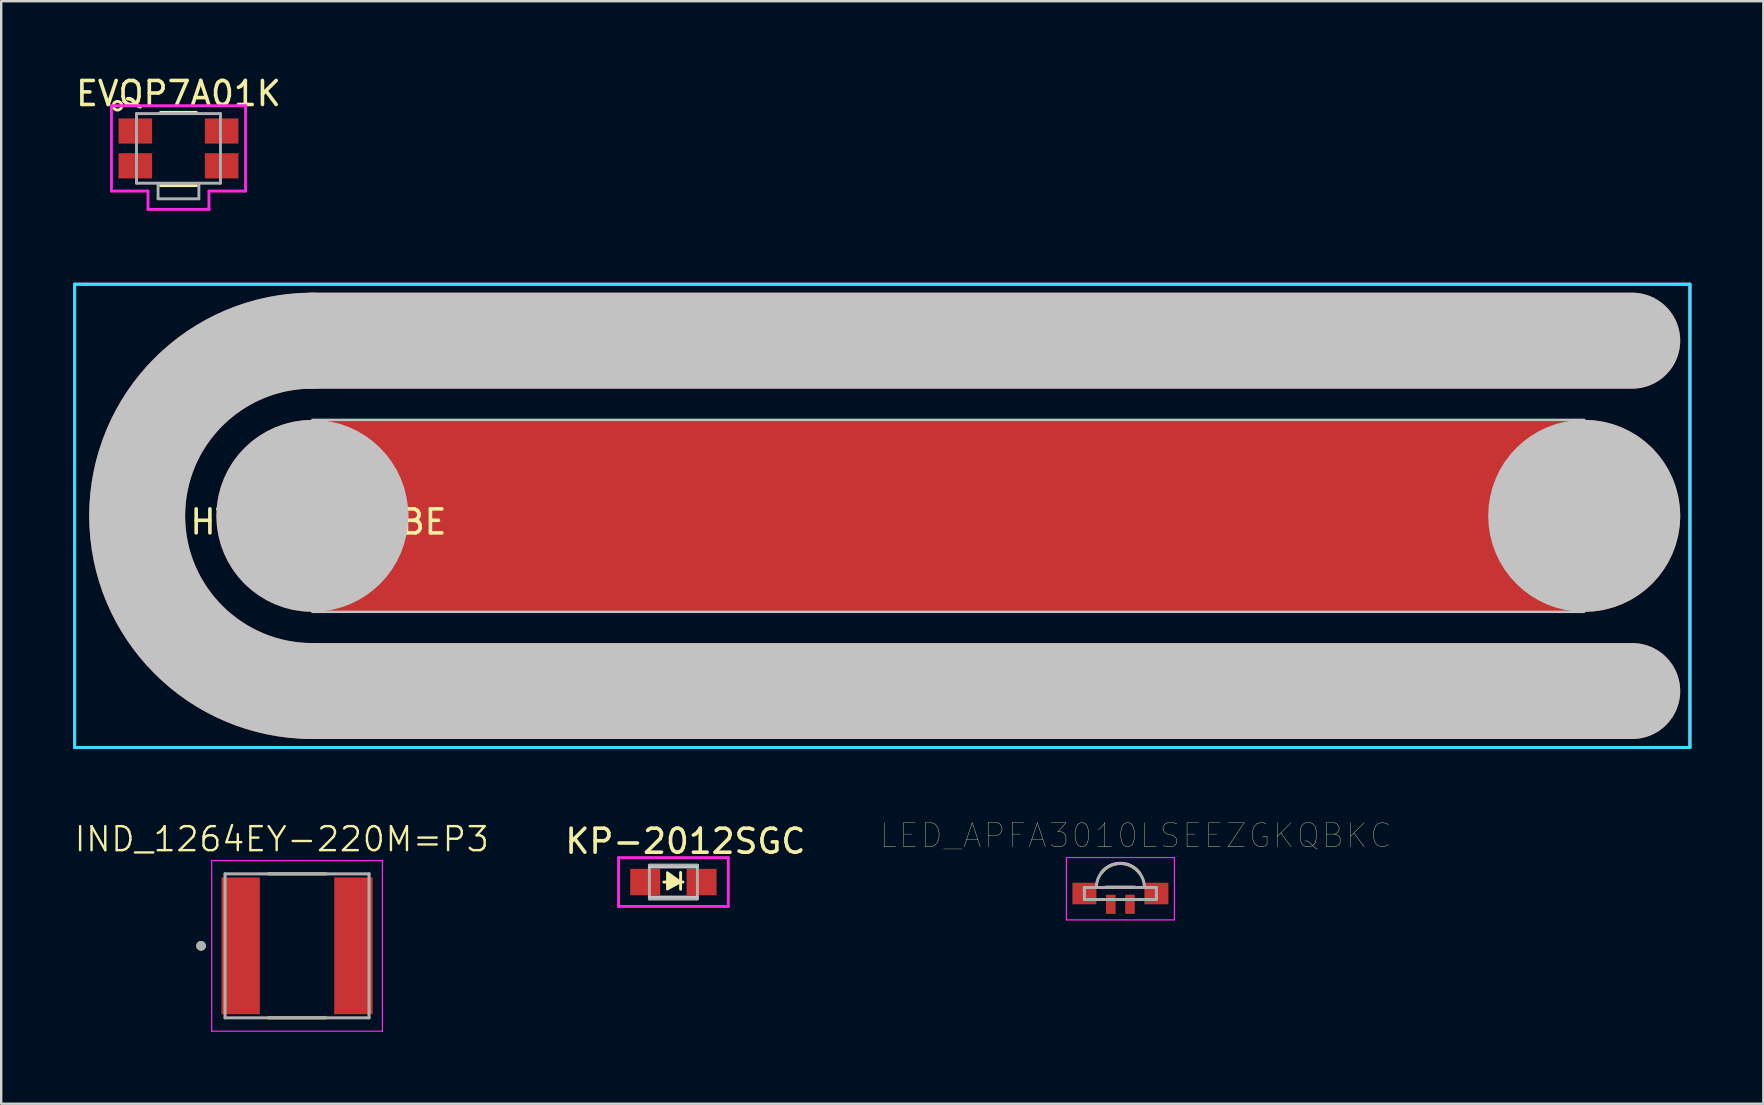
<source format=kicad_pcb>
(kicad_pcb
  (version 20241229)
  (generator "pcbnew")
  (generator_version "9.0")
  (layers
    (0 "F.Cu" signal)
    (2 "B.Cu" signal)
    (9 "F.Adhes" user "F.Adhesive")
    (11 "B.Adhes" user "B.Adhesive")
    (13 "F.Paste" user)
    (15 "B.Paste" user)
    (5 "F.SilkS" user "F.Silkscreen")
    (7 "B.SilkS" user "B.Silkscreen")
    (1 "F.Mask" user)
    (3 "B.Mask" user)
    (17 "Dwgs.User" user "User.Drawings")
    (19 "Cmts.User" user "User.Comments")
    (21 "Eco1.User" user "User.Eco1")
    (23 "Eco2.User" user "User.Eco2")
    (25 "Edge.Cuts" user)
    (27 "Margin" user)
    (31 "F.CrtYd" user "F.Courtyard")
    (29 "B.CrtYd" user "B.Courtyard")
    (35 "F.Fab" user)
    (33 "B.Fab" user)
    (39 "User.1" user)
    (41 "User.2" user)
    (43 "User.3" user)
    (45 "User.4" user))
  (footprint "IND_1264EY-220M=P3"
    (layer "F.Cu")
    (at 9.328 36.364)
    (property "Reference" "IND_1264EY-220M=P3" (at -0.635 -4.445 0) (layer "F.SilkS") (effects (font (size 1 1) (thickness 0.1))))
    (attr through_hole)
    (fp_line (start -1.2 -3) (end 1.2 -3) (stroke (width 0.127) (type solid)) (layer "F.SilkS"))
    (fp_line (start -1.2 3) (end 1.2 3) (stroke (width 0.127) (type solid)) (layer "F.SilkS"))
    (fp_circle (center -4 0) (end -3.9 0) (stroke (width 0.2) (type solid)) (fill no) (layer "F.SilkS"))
    (fp_line (start -3.556 -3.556) (end 3.556 -3.556) (stroke (width 0.05) (type solid)) (layer "F.CrtYd"))
    (fp_line (start -3.556 3.556) (end -3.556 -3.556) (stroke (width 0.05) (type solid)) (layer "F.CrtYd"))
    (fp_line (start 3.556 -3.556) (end 3.556 3.556) (stroke (width 0.05) (type solid)) (layer "F.CrtYd"))
    (fp_line (start 3.556 3.556) (end -3.556 3.556) (stroke (width 0.05) (type solid)) (layer "F.CrtYd"))
    (fp_line (start -3 -3) (end 3 -3) (stroke (width 0.127) (type solid)) (layer "F.Fab"))
    (fp_line (start -3 3) (end -3 -3) (stroke (width 0.127) (type solid)) (layer "F.Fab"))
    (fp_line (start 3 -3) (end 3 3) (stroke (width 0.127) (type solid)) (layer "F.Fab"))
    (fp_line (start 3 3) (end -3 3) (stroke (width 0.127) (type solid)) (layer "F.Fab"))
    (fp_circle (center -4 0) (end -3.9 0) (stroke (width 0.2) (type solid)) (fill no) (layer "F.Fab"))
    (pad "1" smd rect (at -2.35 0) (size 1.6 5.7) (layers "F.Cu" "F.Mask" "F.Paste"))
    (pad "2" smd rect (at 2.35 0) (size 1.6 5.7) (layers "F.Cu" "F.Mask" "F.Paste")))
  (footprint "HYGRO_PROBE"
    (layer "F.Cu")
    (at 9.966 18.446)
    (property "Reference" "HYGRO_PROBE" (at 0.254 0.254 180) (layer "F.SilkS") (effects (font (size 1 1) (thickness 0.15))))
    (attr through_hole)
    (fp_line (start -9.906 -9.652) (end -9.906 9.652) (stroke (width 0.12) (type solid)) (layer "F.SilkS"))
    (fp_line (start -9.906 9.652) (end 57.404 9.652) (stroke (width 0.12) (type solid)) (layer "F.SilkS"))
    (fp_line (start -9.398 -9.652) (end -9.906 -9.652) (stroke (width 0.12) (type solid)) (layer "F.SilkS"))
    (fp_line (start 57.15 -9.652) (end -9.398 -9.652) (stroke (width 0.12) (type solid)) (layer "F.SilkS"))
    (fp_line (start 57.404 -9.652) (end 57.15 -9.652) (stroke (width 0.12) (type solid)) (layer "F.SilkS"))
    (fp_line (start 57.404 9.652) (end 57.404 -9.652) (stroke (width 0.12) (type solid)) (layer "F.SilkS"))
    (fp_line (start 0 -7.3) (end 55 -7.3) (stroke (width 4) (type solid)) (layer "Dwgs.User"))
    (fp_line (start 0 7.3) (end 55 7.3) (stroke (width 4) (type solid)) (layer "Dwgs.User"))
    (fp_arc (start 0 7.3) (mid -7.3 0) (end 0 -7.3) (stroke (width 4) (type solid)) (layer "Dwgs.User"))
    (fp_circle (center 0 0) (end 2 0) (stroke (width 4) (type solid)) (fill no) (layer "Dwgs.User"))
    (fp_circle (center 53 0) (end 55.002 0) (stroke (width 4) (type solid)) (fill no) (layer "Dwgs.User"))
    (fp_poly (pts (xy 53 4) (xy 0 4) (xy 0 -4) (xy 53 -4)) (stroke (width 0.1) (type solid)) (fill no) (layer "Dwgs.User"))
    (fp_line (start -9.906 -9.652) (end 57.404 -9.652) (stroke (width 0.12) (type solid)) (layer "B.CrtYd"))
    (fp_line (start -9.906 9.652) (end -9.906 -9.652) (stroke (width 0.12) (type solid)) (layer "B.CrtYd"))
    (fp_line (start 57.404 -9.652) (end 57.404 9.652) (stroke (width 0.12) (type solid)) (layer "B.CrtYd"))
    (fp_line (start 57.404 9.652) (end -9.906 9.652) (stroke (width 0.12) (type solid)) (layer "B.CrtYd"))
    (fp_line (start -9.906 -9.652) (end 57.404 -9.652) (stroke (width 0.12) (type solid)) (layer "F.CrtYd"))
    (fp_line (start -9.906 9.652) (end -9.906 -9.652) (stroke (width 0.12) (type solid)) (layer "F.CrtYd"))
    (fp_line (start 57.404 -9.652) (end 57.404 9.652) (stroke (width 0.12) (type solid)) (layer "F.CrtYd"))
    (fp_line (start 57.404 9.652) (end -9.906 9.652) (stroke (width 0.12) (type solid)) (layer "F.CrtYd"))
    (pad "1" smd custom (at 25.7 0.1) (size 30 3) (layers "F.Cu") (options (anchor rect)) (primitives (gr_poly (pts (xy 27.3 3.9) (xy -25.7 3.9) (xy -25.7 -4.1) (xy 27.3 -4.1)) (width 0) (fill yes)) (gr_circle (center 27.3 -0.1) (end 29.302 -0.1) (width 4) (fill no)) (gr_circle (center -25.7 -0.1) (end -23.7 -0.1) (width 4) (fill no))))
    (pad "2" smd custom (at 43.2 -7.1) (size 2 2) (layers "F.Cu") (options (anchor rect)) (primitives (gr_line (start -43.2 14.4) (end 11.8 14.4) (width 4)) (gr_line (start -43.2 -0.2) (end 11.8 -0.2) (width 4)) (gr_arc (start -43.2 14.4) (mid -50.5 7.1) (end -43.2 -0.2) (width 4)))))
  (footprint "KP-2012SGC"
    (layer "F.Cu")
    (at 25.011 33.706)
    (property "Reference" "KP-2012SGC" (at 0.5 -1.7 0) (layer "F.SilkS") (effects (font (size 1 1) (thickness 0.15))))
    (attr through_hole)
    (fp_line (start -1 -0.7) (end 1 -0.7) (stroke (width 0.12) (type solid)) (layer "F.SilkS"))
    (fp_line (start -1 0.7) (end 1 0.7) (stroke (width 0.12) (type solid)) (layer "F.SilkS"))
    (fp_line (start -0.4 0) (end 0.4 0) (stroke (width 0.12) (type solid)) (layer "F.SilkS"))
    (fp_line (start 0.3 -0.4) (end 0.3 0.3) (stroke (width 0.12) (type solid)) (layer "F.SilkS"))
    (fp_poly (pts (xy 0.3 0) (xy -0.254 0.3) (xy -0.254 -0.4)) (stroke (width 0.1) (type solid)) (fill yes) (layer "F.SilkS"))
    (fp_line (start -1 -0.625) (end 1 -0.625) (stroke (width 0.12) (type solid)) (layer "Dwgs.User"))
    (fp_line (start -1 0.625) (end 1 0.625) (stroke (width 0.12) (type solid)) (layer "Dwgs.User"))
    (fp_line (start -2.286 -1.016) (end 2.286 -1.016) (stroke (width 0.12) (type solid)) (layer "F.CrtYd"))
    (fp_line (start -2.286 1.016) (end -2.286 -1.016) (stroke (width 0.12) (type solid)) (layer "F.CrtYd"))
    (fp_line (start 2.286 -1.016) (end 2.286 1.016) (stroke (width 0.12) (type solid)) (layer "F.CrtYd"))
    (fp_line (start 2.286 1.016) (end -2.286 1.016) (stroke (width 0.12) (type solid)) (layer "F.CrtYd"))
    (fp_line (start -1 -0.7) (end 1 -0.7) (stroke (width 0.12) (type solid)) (layer "F.Fab"))
    (fp_line (start -1 0.7) (end -1 -0.7) (stroke (width 0.12) (type solid)) (layer "F.Fab"))
    (fp_line (start 1 -0.7) (end 1 0.7) (stroke (width 0.12) (type solid)) (layer "F.Fab"))
    (fp_line (start 1 0.7) (end -1 0.7) (stroke (width 0.12) (type solid)) (layer "F.Fab"))
    (pad "1" smd rect (at 1.175 0) (size 1.25 1.1) (layers "F.Cu" "F.Mask" "F.Paste"))
    (pad "2" smd rect (at -1.175 0) (size 1.25 1.1) (layers "F.Cu" "F.Mask" "F.Paste")))
  (footprint "LED_APFA3010LSEEZGKQBKC"
    (layer "F.Cu")
    (at 43.638 34.183)
    (property "Reference" "LED_APFA3010LSEEZGKQBKC" (at 0.635 -2.413 0) (layer "F.SilkS") (effects (font (size 1 1) (thickness 0.015))))
    (attr through_hole)
    (fp_line (start -0.6 -0.264) (end 0.6 -0.264) (stroke (width 0.127) (type solid)) (layer "F.SilkS"))
    (fp_arc (start -0.8 -0.85) (mid 0 -1.25762) (end 0.8 -0.85) (stroke (width 0.127) (type solid)) (layer "F.SilkS"))
    (fp_line (start -2.25 -1.5) (end 2.25 -1.5) (stroke (width 0.05) (type solid)) (layer "F.CrtYd"))
    (fp_line (start -2.25 1.1) (end -2.25 -1.5) (stroke (width 0.05) (type solid)) (layer "F.CrtYd"))
    (fp_line (start 2.25 -1.5) (end 2.25 1.1) (stroke (width 0.05) (type solid)) (layer "F.CrtYd"))
    (fp_line (start 2.25 1.1) (end -2.25 1.1) (stroke (width 0.05) (type solid)) (layer "F.CrtYd"))
    (fp_line (start -1.5 -0.25) (end -1 -0.25) (stroke (width 0.127) (type solid)) (layer "F.Fab"))
    (fp_line (start -1.5 0.25) (end -1.5 -0.25) (stroke (width 0.127) (type solid)) (layer "F.Fab"))
    (fp_line (start -1 -0.25) (end 1 -0.25) (stroke (width 0.127) (type solid)) (layer "F.Fab"))
    (fp_line (start 1 -0.25) (end 1.5 -0.25) (stroke (width 0.127) (type solid)) (layer "F.Fab"))
    (fp_line (start 1.5 -0.25) (end 1.5 0.25) (stroke (width 0.127) (type solid)) (layer "F.Fab"))
    (fp_line (start 1.5 0.25) (end -1.5 0.25) (stroke (width 0.127) (type solid)) (layer "F.Fab"))
    (fp_arc (start -1 -0.25) (mid -0.707107 -0.957107) (end 0 -1.25) (stroke (width 0.127) (type solid)) (layer "F.Fab"))
    (fp_arc (start 0 -1.25) (mid 0.707107 -0.957107) (end 1 -0.25) (stroke (width 0.127) (type solid)) (layer "F.Fab"))
    (pad "1" smd rect (at -1.5 0) (size 1 0.9) (layers "F.Cu" "F.Mask" "F.Paste"))
    (pad "2" smd rect (at 1.5 0) (size 1 0.9) (layers "F.Cu" "F.Mask" "F.Paste"))
    (pad "3" smd rect (at 0.4 0.45) (size 0.4 0.8) (layers "F.Cu" "F.Mask" "F.Paste"))
    (pad "4" smd rect (at -0.4 0.45) (size 0.4 0.8) (layers "F.Cu" "F.Mask" "F.Paste")))
  (footprint "EVQP7A01K"
    (layer "F.Cu")
    (at 4.387 3.134)
    (property "Reference" "EVQP7A01K" (at 0 -2.286 0) (layer "F.SilkS") (effects (font (size 1 1) (thickness 0.15))))
    (attr through_hole)
    (fp_line (start -0.75 -1.5) (end 0.75 -1.5) (stroke (width 0.12) (type solid)) (layer "F.SilkS"))
    (fp_line (start -0.75 1.55) (end 0.75 1.55) (stroke (width 0.12) (type solid)) (layer "F.SilkS"))
    (fp_circle (center -2.54 -1.778) (end -2.44 -1.928) (stroke (width 0.12) (type solid)) (fill no) (layer "F.SilkS"))
    (fp_line (start -2.794 -1.778) (end 2.794 -1.778) (stroke (width 0.12) (type solid)) (layer "F.CrtYd"))
    (fp_line (start -2.794 1.778) (end -2.794 -1.778) (stroke (width 0.12) (type solid)) (layer "F.CrtYd"))
    (fp_line (start -1.27 1.778) (end -2.794 1.778) (stroke (width 0.12) (type solid)) (layer "F.CrtYd"))
    (fp_line (start -1.27 2.54) (end -1.27 1.778) (stroke (width 0.12) (type solid)) (layer "F.CrtYd"))
    (fp_line (start 1.27 1.778) (end 1.27 2.54) (stroke (width 0.12) (type solid)) (layer "F.CrtYd"))
    (fp_line (start 1.27 2.54) (end -1.27 2.54) (stroke (width 0.12) (type solid)) (layer "F.CrtYd"))
    (fp_line (start 2.794 -1.778) (end 2.794 1.778) (stroke (width 0.12) (type solid)) (layer "F.CrtYd"))
    (fp_line (start 2.794 1.778) (end 1.27 1.778) (stroke (width 0.12) (type solid)) (layer "F.CrtYd"))
    (fp_line (start -1.75 -1.45) (end 1.75 -1.45) (stroke (width 0.12) (type solid)) (layer "F.Fab"))
    (fp_line (start -1.75 1.45) (end -1.75 -1.45) (stroke (width 0.12) (type solid)) (layer "F.Fab"))
    (fp_line (start -0.85 2.1) (end -0.85 1.45) (stroke (width 0.12) (type solid)) (layer "F.Fab"))
    (fp_line (start -0.85 2.1) (end 0.85 2.1) (stroke (width 0.12) (type solid)) (layer "F.Fab"))
    (fp_line (start 0.85 2.1) (end 0.85 1.45) (stroke (width 0.12) (type solid)) (layer "F.Fab"))
    (fp_line (start 1.75 -1.45) (end 1.75 1.45) (stroke (width 0.12) (type solid)) (layer "F.Fab"))
    (fp_line (start 1.75 1.45) (end -1.75 1.45) (stroke (width 0.12) (type solid)) (layer "F.Fab"))
    (pad "1" smd rect (at -1.8 -0.725) (size 1.4 1.05) (layers "F.Cu" "F.Mask" "F.Paste"))
    (pad "2" smd rect (at -1.8 0.725) (size 1.4 1.05) (layers "F.Cu" "F.Mask" "F.Paste"))
    (pad "3" smd rect (at 1.8 0.725) (size 1.4 1.05) (layers "F.Cu" "F.Mask" "F.Paste"))
    (pad "4" smd rect (at 1.8 -0.725) (size 1.4 1.05) (layers "F.Cu" "F.Mask" "F.Paste")))
  (gr_rect
    (start -3 -3)
    (end 70.43 42.945)
    (stroke (width 0.1) (type default))
    (fill no)
    (layer "Edge.Cuts")))
</source>
